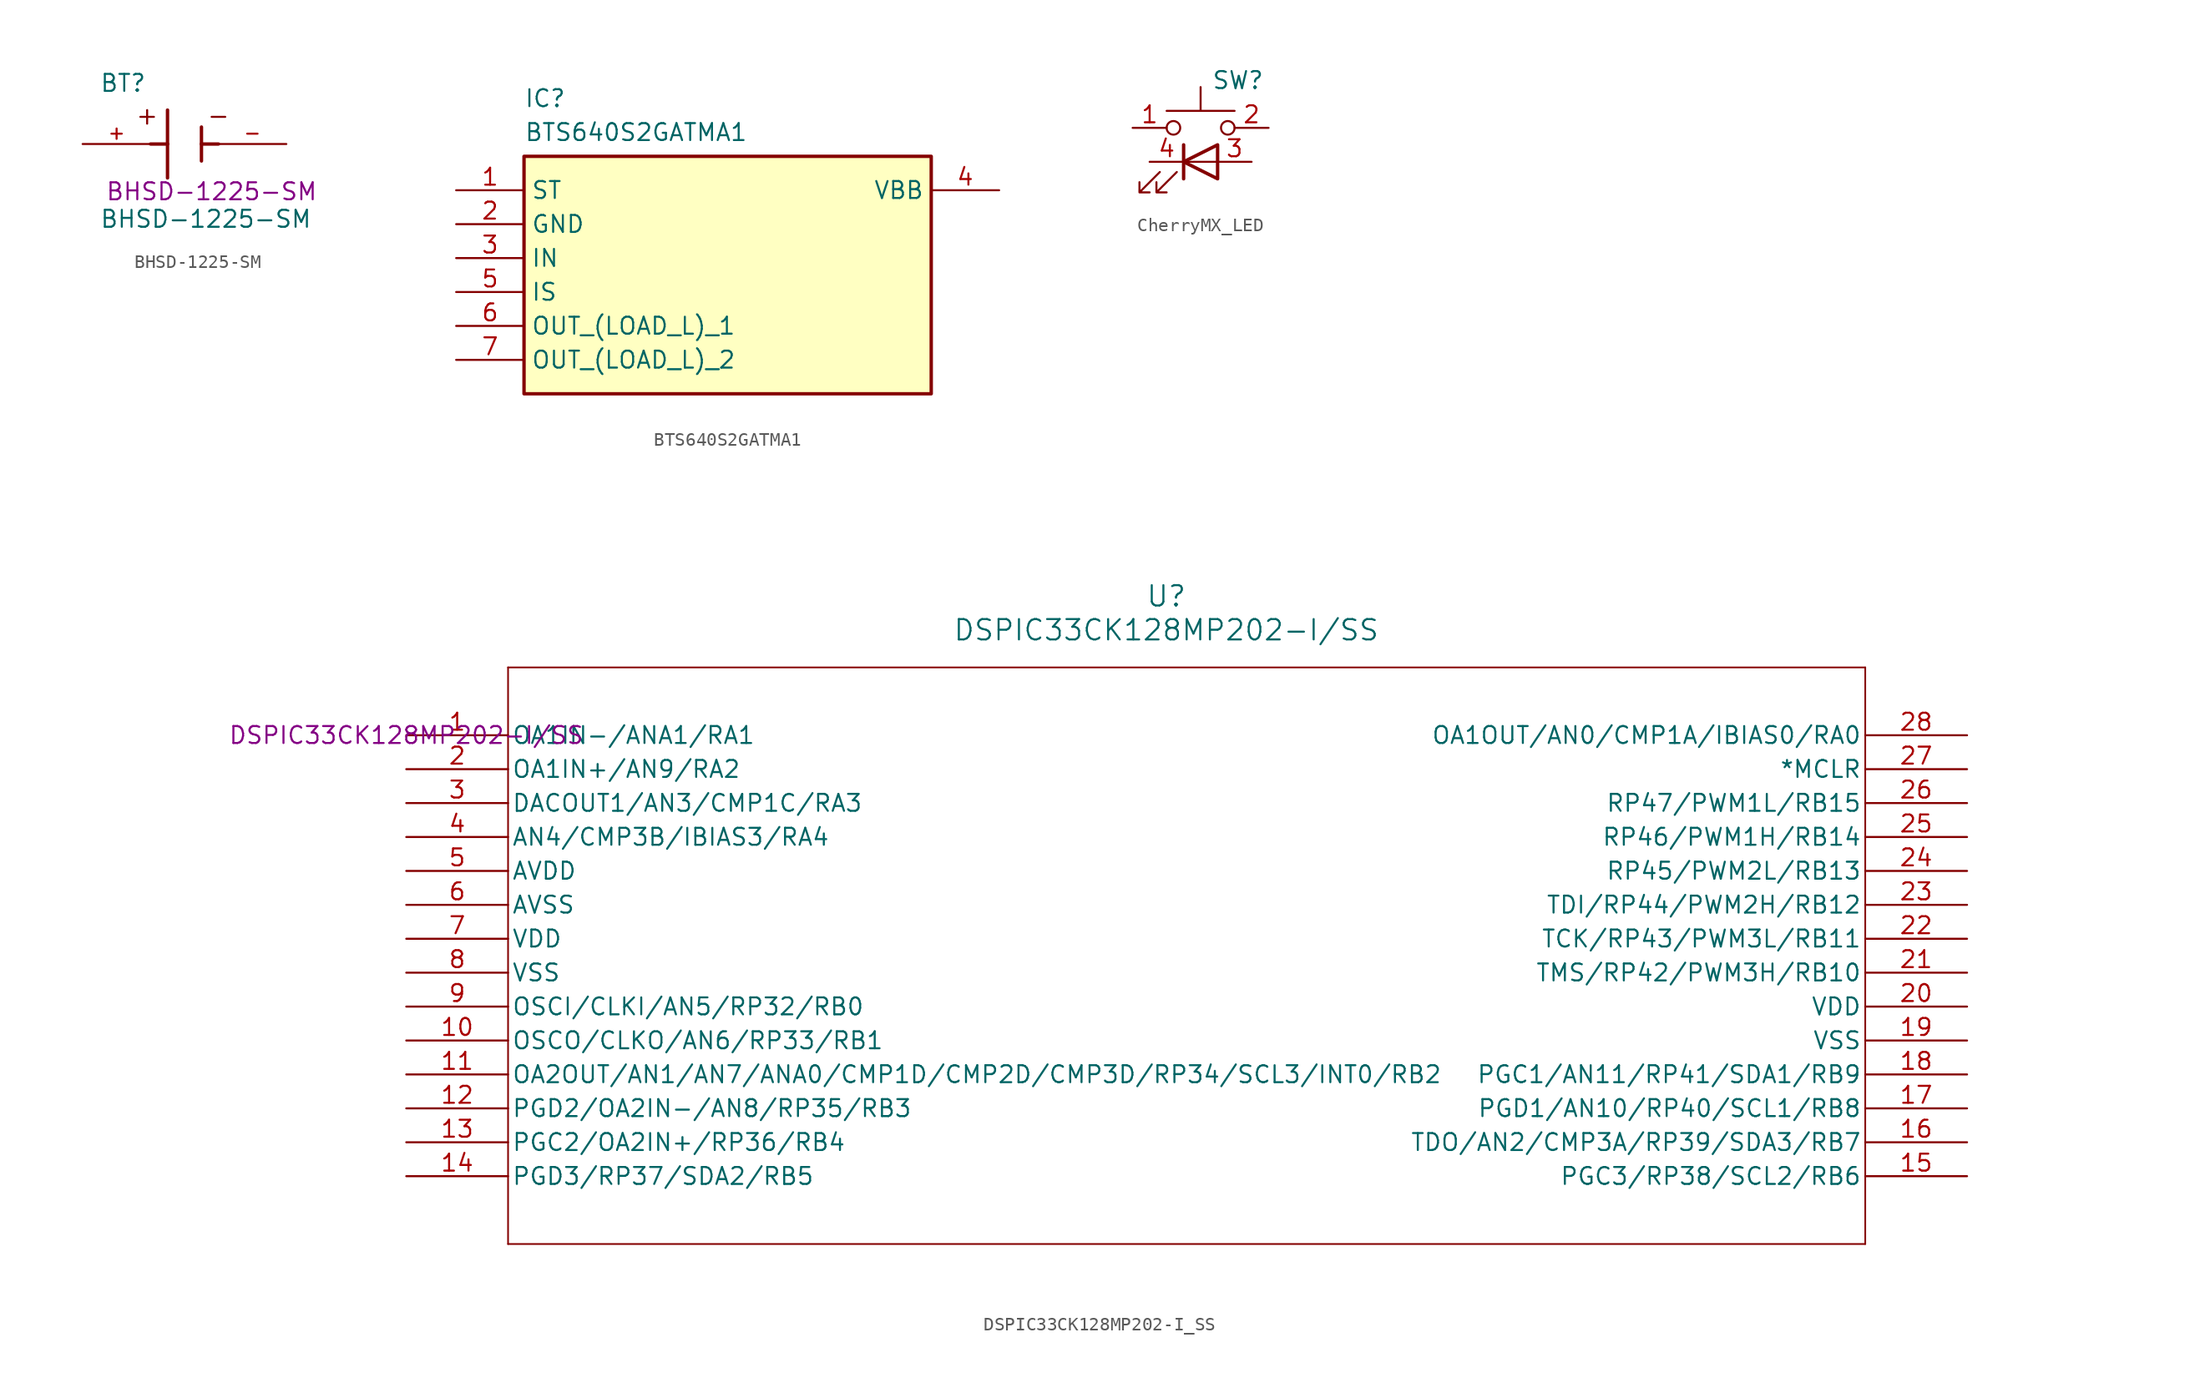
<source format=kicad_sym>
(kicad_symbol_lib
  (version 20241209)
  (generator "kicad_symbol_editor")
  (generator_version "9.0")
  (symbol "BHSD-1225-SM"
    (pin_names
      (offset 1.016))
    (property "Reference" "BT"
      (at -6.361 3.814 0)
      (effects (font (size 1.27 1.27)) (justify left bottom)))
    (property "Value" "BHSD-1225-SM"
      (at -6.362 -6.358 0)
      (effects (font (size 1.27 1.27)) (justify left bottom)))
    (property "ManufacturerPartNumber" "BHSD-1225-SM"
      (at 2.032 -3.556 0)
      (effects (font (size 1.27 1.27))))
    (symbol "BHSD-1225-SM_0_0"
      (polyline (pts (xy -3.302 2.032) (xy -2.286 2.032)) (stroke (width 0.152) (type default)) (fill (type none)))
      (polyline (pts (xy -2.794 2.54) (xy -2.794 1.524)) (stroke (width 0.152) (type default)) (fill (type none)))
      (polyline (pts (xy -2.54 0) (xy -1.27 0)) (stroke (width 0.254) (type default)) (fill (type none)))
      (polyline (pts (xy -1.27 2.54) (xy -1.27 0)) (stroke (width 0.254) (type default)) (fill (type none)))
      (polyline (pts (xy -1.27 0) (xy -1.27 -2.54)) (stroke (width 0.254) (type default)) (fill (type none)))
      (polyline (pts (xy 1.27 1.27) (xy 1.27 0)) (stroke (width 0.254) (type default)) (fill (type none)))
      (polyline (pts (xy 1.27 0) (xy 1.27 -1.27)) (stroke (width 0.254) (type default)) (fill (type none)))
      (polyline (pts (xy 1.27 0) (xy 2.54 0)) (stroke (width 0.254) (type default)) (fill (type none)))
      (polyline (pts (xy 2.032 2.032) (xy 3.048 2.032)) (stroke (width 0.152) (type default)) (fill (type none)))
      (pin passive line (at -7.62 0 0) (length 5.08) (name "~" (effects (font (size 1.016 1.016)))) (number "+" (effects (font (size 1.016 1.016)))))
      (pin passive line (at 7.62 0 180) (length 5.08) (name "~" (effects (font (size 1.016 1.016)))) (number "-" (effects (font (size 1.016 1.016)))))))
  (symbol "BTS640S2GATMA1"
    (property "Reference" "IC"
      (at 5.08 7.62 0)
      (effects (font (size 1.27 1.27)) (justify left top)))
    (property "Value" "BTS640S2GATMA1"
      (at 5.08 5.08 0)
      (effects (font (size 1.27 1.27)) (justify left top)))
    (symbol "BTS640S2GATMA1_1_1"
      (rectangle (start 5.08 2.54) (end 35.56 -15.24) (stroke (width 0.254) (type default)) (fill (type background)))
      (pin passive line (at 0 0 0) (length 5.08) (name "ST" (effects (font (size 1.27 1.27)))) (number "1" (effects (font (size 1.27 1.27)))))
      (pin passive line (at 0 -2.54 0) (length 5.08) (name "GND" (effects (font (size 1.27 1.27)))) (number "2" (effects (font (size 1.27 1.27)))))
      (pin passive line (at 0 -5.08 0) (length 5.08) (name "IN" (effects (font (size 1.27 1.27)))) (number "3" (effects (font (size 1.27 1.27)))))
      (pin passive line (at 0 -7.62 0) (length 5.08) (name "IS" (effects (font (size 1.27 1.27)))) (number "5" (effects (font (size 1.27 1.27)))))
      (pin passive line (at 0 -10.16 0) (length 5.08) (name "OUT_(LOAD_L)_1" (effects (font (size 1.27 1.27)))) (number "6" (effects (font (size 1.27 1.27)))))
      (pin passive line (at 0 -12.7 0) (length 5.08) (name "OUT_(LOAD_L)_2" (effects (font (size 1.27 1.27)))) (number "7" (effects (font (size 1.27 1.27)))))
      (pin passive line (at 40.64 0 180) (length 5.08) (name "VBB" (effects (font (size 1.27 1.27)))) (number "4" (effects (font (size 1.27 1.27)))))))
  (symbol "CherryMX_LED"
    (property "Reference" "SW"
      (at 4.064 4.826 0)
      (effects (font (size 1.27 1.27))))
    (property "Value" ""
      (at 1.27 -3.81 0)
      (effects (font (size 1.27 1.27))))
    (symbol "CherryMX_LED_0_1"
      (polyline (pts (xy -1.778 -2.032) (xy -3.302 -3.556) (xy -2.54 -3.556) (xy -3.302 -3.556) (xy -3.302 -2.794)) (stroke (width 0) (type default)) (fill (type none)))
      (polyline (pts (xy -0.508 -2.032) (xy -2.032 -3.556) (xy -1.27 -3.556) (xy -2.032 -3.556) (xy -2.032 -2.794)) (stroke (width 0) (type default)) (fill (type none)))
      (polyline (pts (xy 0 -1.27) (xy 2.54 -1.27)) (stroke (width 0) (type default)) (fill (type none)))
      (polyline (pts (xy 0 -2.54) (xy 0 0)) (stroke (width 0.254) (type default)) (fill (type none)))
      (polyline (pts (xy 2.54 -2.54) (xy 2.54 0) (xy 0 -1.27) (xy 2.54 -2.54)) (stroke (width 0.254) (type default)) (fill (type none))))
    (symbol "CherryMX_LED_1_1"
      (circle (center -0.762 1.27) (radius 0.508) (stroke (width 0) (type solid)) (fill (type none)))
      (polyline (pts (xy 1.27 2.54) (xy 1.27 4.318)) (stroke (width 0) (type solid)) (fill (type none)))
      (circle (center 3.302 1.27) (radius 0.508) (stroke (width 0) (type solid)) (fill (type none)))
      (polyline (pts (xy 3.81 2.54) (xy -1.27 2.54)) (stroke (width 0) (type solid)) (fill (type none)))
      (pin passive line (at -3.81 1.27 0) (length 2.54) (name "~" (effects (font (size 1.27 1.27)))) (number "1" (effects (font (size 1.27 1.27)))))
      (pin passive line (at -2.54 -1.27 0) (length 2.54) (name "" (effects (font (size 1.27 1.27)))) (number "4" (effects (font (size 1.27 1.27)))))
      (pin passive line (at 5.08 -1.27 180) (length 2.54) (name "" (effects (font (size 1.27 1.27)))) (number "3" (effects (font (size 1.27 1.27)))))
      (pin passive line (at 6.35 1.27 180) (length 2.54) (name "~" (effects (font (size 1.27 1.27)))) (number "2" (effects (font (size 1.27 1.27)))))))
  (symbol "DSPIC33CK128MP202-I_SS"
    (pin_names
      (offset 0.254))
    (property "Reference" "U"
      (at 56.896 10.414 0)
      (effects (font (size 1.524 1.524))))
    (property "Value" "DSPIC33CK128MP202-I/SS"
      (at 56.896 7.874 0)
      (effects (font (size 1.524 1.524))))
    (property "ManufacturerPartNumber" "DSPIC33CK128MP202-I/SS"
      (at 0 0 0)
      (effects (font (size 1.27 1.27))))
    (symbol "DSPIC33CK128MP202-I_SS_0_1"
      (polyline (pts (xy 7.62 5.08) (xy 7.62 -38.1)) (stroke (width 0.127) (type default)) (fill (type none)))
      (polyline (pts (xy 7.62 -38.1) (xy 109.22 -38.1)) (stroke (width 0.127) (type default)) (fill (type none)))
      (polyline (pts (xy 109.22 5.08) (xy 7.62 5.08)) (stroke (width 0.127) (type default)) (fill (type none)))
      (polyline (pts (xy 109.22 -38.1) (xy 109.22 5.08)) (stroke (width 0.127) (type default)) (fill (type none)))
      (pin bidirectional line (at 0 0 0) (length 7.62) (name "OA1IN-/ANA1/RA1" (effects (font (size 1.27 1.27)))) (number "1" (effects (font (size 1.27 1.27)))))
      (pin bidirectional line (at 0 -2.54 0) (length 7.62) (name "OA1IN+/AN9/RA2" (effects (font (size 1.27 1.27)))) (number "2" (effects (font (size 1.27 1.27)))))
      (pin bidirectional line (at 0 -5.08 0) (length 7.62) (name "DACOUT1/AN3/CMP1C/RA3" (effects (font (size 1.27 1.27)))) (number "3" (effects (font (size 1.27 1.27)))))
      (pin bidirectional line (at 0 -7.62 0) (length 7.62) (name "AN4/CMP3B/IBIAS3/RA4" (effects (font (size 1.27 1.27)))) (number "4" (effects (font (size 1.27 1.27)))))
      (pin power_in line (at 0 -10.16 0) (length 7.62) (name "AVDD" (effects (font (size 1.27 1.27)))) (number "5" (effects (font (size 1.27 1.27)))))
      (pin power_out line (at 0 -12.7 0) (length 7.62) (name "AVSS" (effects (font (size 1.27 1.27)))) (number "6" (effects (font (size 1.27 1.27)))))
      (pin power_in line (at 0 -15.24 0) (length 7.62) (name "VDD" (effects (font (size 1.27 1.27)))) (number "7" (effects (font (size 1.27 1.27)))))
      (pin power_out line (at 0 -17.78 0) (length 7.62) (name "VSS" (effects (font (size 1.27 1.27)))) (number "8" (effects (font (size 1.27 1.27)))))
      (pin bidirectional line (at 0 -20.32 0) (length 7.62) (name "OSCI/CLKI/AN5/RP32/RB0" (effects (font (size 1.27 1.27)))) (number "9" (effects (font (size 1.27 1.27)))))
      (pin bidirectional line (at 0 -22.86 0) (length 7.62) (name "OSCO/CLKO/AN6/RP33/RB1" (effects (font (size 1.27 1.27)))) (number "10" (effects (font (size 1.27 1.27)))))
      (pin bidirectional line (at 0 -25.4 0) (length 7.62) (name "OA2OUT/AN1/AN7/ANA0/CMP1D/CMP2D/CMP3D/RP34/SCL3/INT0/RB2" (effects (font (size 1.27 1.27)))) (number "11" (effects (font (size 1.27 1.27)))))
      (pin bidirectional line (at 0 -27.94 0) (length 7.62) (name "PGD2/OA2IN-/AN8/RP35/RB3" (effects (font (size 1.27 1.27)))) (number "12" (effects (font (size 1.27 1.27)))))
      (pin bidirectional line (at 0 -30.48 0) (length 7.62) (name "PGC2/OA2IN+/RP36/RB4" (effects (font (size 1.27 1.27)))) (number "13" (effects (font (size 1.27 1.27)))))
      (pin bidirectional line (at 0 -33.02 0) (length 7.62) (name "PGD3/RP37/SDA2/RB5" (effects (font (size 1.27 1.27)))) (number "14" (effects (font (size 1.27 1.27)))))
      (pin bidirectional line (at 116.84 0 180) (length 7.62) (name "OA1OUT/AN0/CMP1A/IBIAS0/RA0" (effects (font (size 1.27 1.27)))) (number "28" (effects (font (size 1.27 1.27)))))
      (pin input line (at 116.84 -2.54 180) (length 7.62) (name "*MCLR" (effects (font (size 1.27 1.27)))) (number "27" (effects (font (size 1.27 1.27)))))
      (pin bidirectional line (at 116.84 -5.08 180) (length 7.62) (name "RP47/PWM1L/RB15" (effects (font (size 1.27 1.27)))) (number "26" (effects (font (size 1.27 1.27)))))
      (pin bidirectional line (at 116.84 -7.62 180) (length 7.62) (name "RP46/PWM1H/RB14" (effects (font (size 1.27 1.27)))) (number "25" (effects (font (size 1.27 1.27)))))
      (pin bidirectional line (at 116.84 -10.16 180) (length 7.62) (name "RP45/PWM2L/RB13" (effects (font (size 1.27 1.27)))) (number "24" (effects (font (size 1.27 1.27)))))
      (pin bidirectional line (at 116.84 -12.7 180) (length 7.62) (name "TDI/RP44/PWM2H/RB12" (effects (font (size 1.27 1.27)))) (number "23" (effects (font (size 1.27 1.27)))))
      (pin bidirectional line (at 116.84 -15.24 180) (length 7.62) (name "TCK/RP43/PWM3L/RB11" (effects (font (size 1.27 1.27)))) (number "22" (effects (font (size 1.27 1.27)))))
      (pin bidirectional line (at 116.84 -17.78 180) (length 7.62) (name "TMS/RP42/PWM3H/RB10" (effects (font (size 1.27 1.27)))) (number "21" (effects (font (size 1.27 1.27)))))
      (pin power_in line (at 116.84 -20.32 180) (length 7.62) (name "VDD" (effects (font (size 1.27 1.27)))) (number "20" (effects (font (size 1.27 1.27)))))
      (pin power_out line (at 116.84 -22.86 180) (length 7.62) (name "VSS" (effects (font (size 1.27 1.27)))) (number "19" (effects (font (size 1.27 1.27)))))
      (pin bidirectional line (at 116.84 -25.4 180) (length 7.62) (name "PGC1/AN11/RP41/SDA1/RB9" (effects (font (size 1.27 1.27)))) (number "18" (effects (font (size 1.27 1.27)))))
      (pin bidirectional line (at 116.84 -27.94 180) (length 7.62) (name "PGD1/AN10/RP40/SCL1/RB8" (effects (font (size 1.27 1.27)))) (number "17" (effects (font (size 1.27 1.27)))))
      (pin bidirectional line (at 116.84 -30.48 180) (length 7.62) (name "TDO/AN2/CMP3A/RP39/SDA3/RB7" (effects (font (size 1.27 1.27)))) (number "16" (effects (font (size 1.27 1.27)))))
      (pin bidirectional line (at 116.84 -33.02 180) (length 7.62) (name "PGC3/RP38/SCL2/RB6" (effects (font (size 1.27 1.27)))) (number "15" (effects (font (size 1.27 1.27))))))))
</source>
